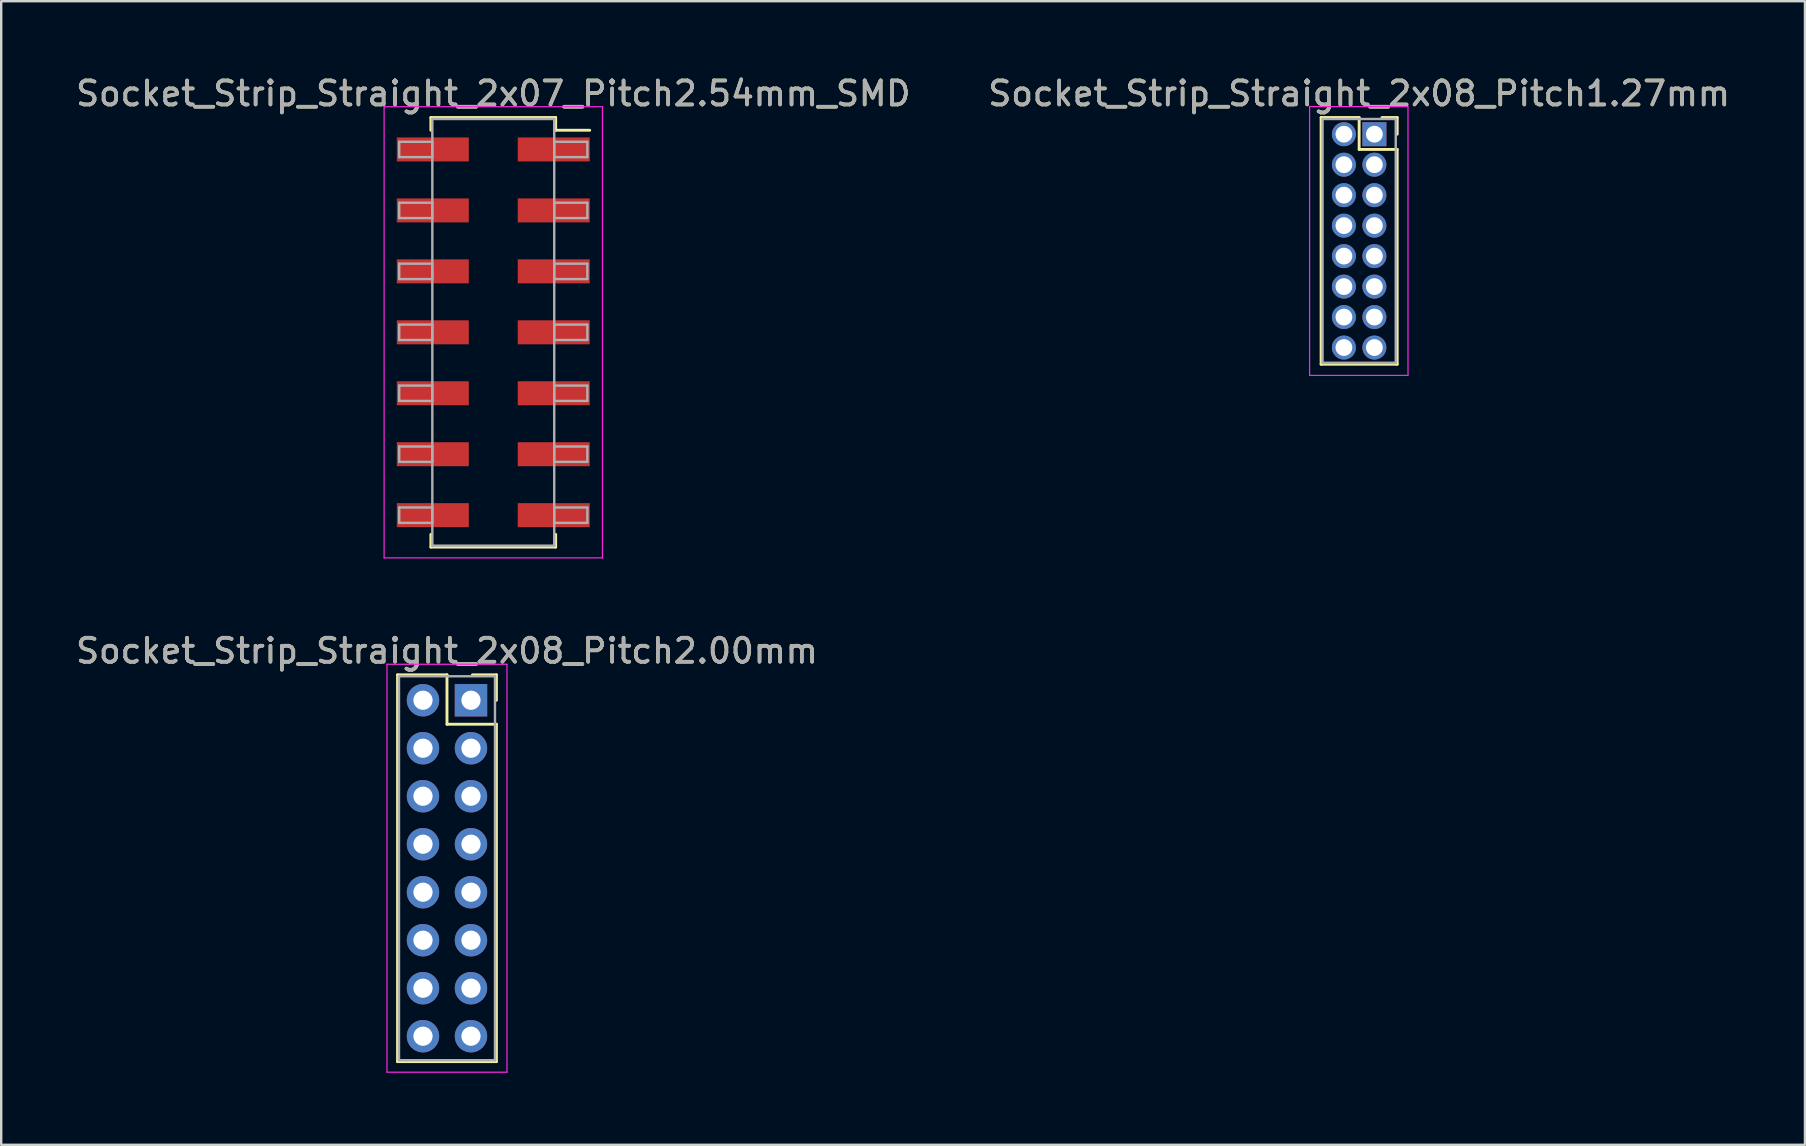
<source format=kicad_pcb>
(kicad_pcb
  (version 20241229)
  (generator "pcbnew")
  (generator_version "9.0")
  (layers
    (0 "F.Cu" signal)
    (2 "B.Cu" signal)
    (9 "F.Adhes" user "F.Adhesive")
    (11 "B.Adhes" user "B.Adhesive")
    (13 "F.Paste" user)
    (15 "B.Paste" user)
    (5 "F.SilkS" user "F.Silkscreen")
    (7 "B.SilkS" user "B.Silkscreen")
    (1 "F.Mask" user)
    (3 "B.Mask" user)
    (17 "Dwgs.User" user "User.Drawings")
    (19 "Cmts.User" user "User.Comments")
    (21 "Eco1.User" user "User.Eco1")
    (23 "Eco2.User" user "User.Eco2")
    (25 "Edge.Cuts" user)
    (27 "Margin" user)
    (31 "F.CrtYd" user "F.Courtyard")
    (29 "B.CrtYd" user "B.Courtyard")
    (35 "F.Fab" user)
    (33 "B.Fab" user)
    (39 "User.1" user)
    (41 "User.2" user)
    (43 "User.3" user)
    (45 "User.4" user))
  (footprint "Socket_Strip_Straight_2x08_Pitch2.00mm"
    (layer "F.Cu")
    (at 16.577 26.131)
    (property "Reference" "Socket_Strip_Straight_2x08_Pitch2.00mm" (at -1 -2.06 0) (layer "F.SilkS") (effects (font (size 1 1) (thickness 0.15))))
    (attr through_hole)
    (fp_line (start -3.06 -1.06) (end -1 -1.06) (stroke (width 0.12) (type solid)) (layer "F.SilkS"))
    (fp_line (start -3.06 15.06) (end -3.06 -1.06) (stroke (width 0.12) (type solid)) (layer "F.SilkS"))
    (fp_line (start -1 -1.06) (end -1 1) (stroke (width 0.12) (type solid)) (layer "F.SilkS"))
    (fp_line (start -1 1) (end 1.06 1) (stroke (width 0.12) (type solid)) (layer "F.SilkS"))
    (fp_line (start 1.06 -1.06) (end 0.06 -1.06) (stroke (width 0.12) (type solid)) (layer "F.SilkS"))
    (fp_line (start 1.06 0) (end 1.06 -1.06) (stroke (width 0.12) (type solid)) (layer "F.SilkS"))
    (fp_line (start 1.06 1) (end 1.06 15.06) (stroke (width 0.12) (type solid)) (layer "F.SilkS"))
    (fp_line (start 1.06 15.06) (end -3.06 15.06) (stroke (width 0.12) (type solid)) (layer "F.SilkS"))
    (fp_line (start -3.5 -1.5) (end -3.5 15.5) (stroke (width 0.05) (type solid)) (layer "F.CrtYd"))
    (fp_line (start -3.5 15.5) (end 1.5 15.5) (stroke (width 0.05) (type solid)) (layer "F.CrtYd"))
    (fp_line (start 1.5 -1.5) (end -3.5 -1.5) (stroke (width 0.05) (type solid)) (layer "F.CrtYd"))
    (fp_line (start 1.5 15.5) (end 1.5 -1.5) (stroke (width 0.05) (type solid)) (layer "F.CrtYd"))
    (fp_line (start -3 -1) (end -3 15) (stroke (width 0.1) (type solid)) (layer "F.Fab"))
    (fp_line (start -3 15) (end 1 15) (stroke (width 0.1) (type solid)) (layer "F.Fab"))
    (fp_line (start 1 -1) (end -3 -1) (stroke (width 0.1) (type solid)) (layer "F.Fab"))
    (fp_line (start 1 15) (end 1 -1) (stroke (width 0.1) (type solid)) (layer "F.Fab"))
    (fp_text user "${REFERENCE}" (at -1 -2.06 0) (layer "F.Fab") (effects (font (size 1 1) (thickness 0.15))))
    (pad "1" thru_hole rect (at 0 0) (size 1.35 1.35) (drill 0.8) (layers "*.Cu" "*.Mask"))
    (pad "2" thru_hole oval (at -2 0) (size 1.35 1.35) (drill 0.8) (layers "*.Cu" "*.Mask"))
    (pad "3" thru_hole oval (at 0 2) (size 1.35 1.35) (drill 0.8) (layers "*.Cu" "*.Mask"))
    (pad "4" thru_hole oval (at -2 2) (size 1.35 1.35) (drill 0.8) (layers "*.Cu" "*.Mask"))
    (pad "5" thru_hole oval (at 0 4) (size 1.35 1.35) (drill 0.8) (layers "*.Cu" "*.Mask"))
    (pad "6" thru_hole oval (at -2 4) (size 1.35 1.35) (drill 0.8) (layers "*.Cu" "*.Mask"))
    (pad "7" thru_hole oval (at 0 6) (size 1.35 1.35) (drill 0.8) (layers "*.Cu" "*.Mask"))
    (pad "8" thru_hole oval (at -2 6) (size 1.35 1.35) (drill 0.8) (layers "*.Cu" "*.Mask"))
    (pad "9" thru_hole oval (at 0 8) (size 1.35 1.35) (drill 0.8) (layers "*.Cu" "*.Mask"))
    (pad "10" thru_hole oval (at -2 8) (size 1.35 1.35) (drill 0.8) (layers "*.Cu" "*.Mask"))
    (pad "11" thru_hole oval (at 0 10) (size 1.35 1.35) (drill 0.8) (layers "*.Cu" "*.Mask"))
    (pad "12" thru_hole oval (at -2 10) (size 1.35 1.35) (drill 0.8) (layers "*.Cu" "*.Mask"))
    (pad "13" thru_hole oval (at 0 12) (size 1.35 1.35) (drill 0.8) (layers "*.Cu" "*.Mask"))
    (pad "14" thru_hole oval (at -2 12) (size 1.35 1.35) (drill 0.8) (layers "*.Cu" "*.Mask"))
    (pad "15" thru_hole oval (at 0 14) (size 1.35 1.35) (drill 0.8) (layers "*.Cu" "*.Mask"))
    (pad "16" thru_hole oval (at -2 14) (size 1.35 1.35) (drill 0.8) (layers "*.Cu" "*.Mask")))
  (footprint "Socket_Strip_Straight_2x07_Pitch2.54mm_SMD"
    (layer "F.Cu")
    (at 17.506 10.798)
    (property "Reference" "Socket_Strip_Straight_2x07_Pitch2.54mm_SMD" (at 0 -9.95 0) (layer "F.SilkS") (effects (font (size 1 1) (thickness 0.15))))
    (attr smd)
    (fp_line (start -2.6 -8.95) (end 2.6 -8.95) (stroke (width 0.12) (type solid)) (layer "F.SilkS"))
    (fp_line (start -2.6 -8.42) (end -2.6 -8.95) (stroke (width 0.12) (type solid)) (layer "F.SilkS"))
    (fp_line (start -2.6 8.42) (end -2.6 8.95) (stroke (width 0.12) (type solid)) (layer "F.SilkS"))
    (fp_line (start -2.6 8.95) (end 2.6 8.95) (stroke (width 0.12) (type solid)) (layer "F.SilkS"))
    (fp_line (start 2.6 -8.95) (end 2.6 -8.42) (stroke (width 0.12) (type solid)) (layer "F.SilkS"))
    (fp_line (start 2.6 8.95) (end 2.6 8.42) (stroke (width 0.12) (type solid)) (layer "F.SilkS"))
    (fp_line (start 4.02 -8.42) (end 2.6 -8.42) (stroke (width 0.12) (type solid)) (layer "F.SilkS"))
    (fp_line (start -4.55 -9.4) (end -4.55 9.4) (stroke (width 0.05) (type solid)) (layer "F.CrtYd"))
    (fp_line (start -4.55 9.4) (end 4.55 9.4) (stroke (width 0.05) (type solid)) (layer "F.CrtYd"))
    (fp_line (start 4.55 -9.4) (end -4.55 -9.4) (stroke (width 0.05) (type solid)) (layer "F.CrtYd"))
    (fp_line (start 4.55 9.4) (end 4.55 -9.4) (stroke (width 0.05) (type solid)) (layer "F.CrtYd"))
    (fp_line (start -3.92 -7.94) (end -2.54 -7.94) (stroke (width 0.1) (type solid)) (layer "F.Fab"))
    (fp_line (start -3.92 -7.3) (end -3.92 -7.94) (stroke (width 0.1) (type solid)) (layer "F.Fab"))
    (fp_line (start -3.92 -5.4) (end -2.54 -5.4) (stroke (width 0.1) (type solid)) (layer "F.Fab"))
    (fp_line (start -3.92 -4.76) (end -3.92 -5.4) (stroke (width 0.1) (type solid)) (layer "F.Fab"))
    (fp_line (start -3.92 -2.86) (end -2.54 -2.86) (stroke (width 0.1) (type solid)) (layer "F.Fab"))
    (fp_line (start -3.92 -2.22) (end -3.92 -2.86) (stroke (width 0.1) (type solid)) (layer "F.Fab"))
    (fp_line (start -3.92 -0.32) (end -2.54 -0.32) (stroke (width 0.1) (type solid)) (layer "F.Fab"))
    (fp_line (start -3.92 0.32) (end -3.92 -0.32) (stroke (width 0.1) (type solid)) (layer "F.Fab"))
    (fp_line (start -3.92 2.22) (end -2.54 2.22) (stroke (width 0.1) (type solid)) (layer "F.Fab"))
    (fp_line (start -3.92 2.86) (end -3.92 2.22) (stroke (width 0.1) (type solid)) (layer "F.Fab"))
    (fp_line (start -3.92 4.76) (end -2.54 4.76) (stroke (width 0.1) (type solid)) (layer "F.Fab"))
    (fp_line (start -3.92 5.4) (end -3.92 4.76) (stroke (width 0.1) (type solid)) (layer "F.Fab"))
    (fp_line (start -3.92 7.3) (end -2.54 7.3) (stroke (width 0.1) (type solid)) (layer "F.Fab"))
    (fp_line (start -3.92 7.94) (end -3.92 7.3) (stroke (width 0.1) (type solid)) (layer "F.Fab"))
    (fp_line (start -2.54 -8.89) (end -2.54 8.89) (stroke (width 0.1) (type solid)) (layer "F.Fab"))
    (fp_line (start -2.54 -7.94) (end -2.54 -7.3) (stroke (width 0.1) (type solid)) (layer "F.Fab"))
    (fp_line (start -2.54 -7.3) (end -3.92 -7.3) (stroke (width 0.1) (type solid)) (layer "F.Fab"))
    (fp_line (start -2.54 -5.4) (end -2.54 -4.76) (stroke (width 0.1) (type solid)) (layer "F.Fab"))
    (fp_line (start -2.54 -4.76) (end -3.92 -4.76) (stroke (width 0.1) (type solid)) (layer "F.Fab"))
    (fp_line (start -2.54 -2.86) (end -2.54 -2.22) (stroke (width 0.1) (type solid)) (layer "F.Fab"))
    (fp_line (start -2.54 -2.22) (end -3.92 -2.22) (stroke (width 0.1) (type solid)) (layer "F.Fab"))
    (fp_line (start -2.54 -0.32) (end -2.54 0.32) (stroke (width 0.1) (type solid)) (layer "F.Fab"))
    (fp_line (start -2.54 0.32) (end -3.92 0.32) (stroke (width 0.1) (type solid)) (layer "F.Fab"))
    (fp_line (start -2.54 2.22) (end -2.54 2.86) (stroke (width 0.1) (type solid)) (layer "F.Fab"))
    (fp_line (start -2.54 2.86) (end -3.92 2.86) (stroke (width 0.1) (type solid)) (layer "F.Fab"))
    (fp_line (start -2.54 4.76) (end -2.54 5.4) (stroke (width 0.1) (type solid)) (layer "F.Fab"))
    (fp_line (start -2.54 5.4) (end -3.92 5.4) (stroke (width 0.1) (type solid)) (layer "F.Fab"))
    (fp_line (start -2.54 7.3) (end -2.54 7.94) (stroke (width 0.1) (type solid)) (layer "F.Fab"))
    (fp_line (start -2.54 7.94) (end -3.92 7.94) (stroke (width 0.1) (type solid)) (layer "F.Fab"))
    (fp_line (start -2.54 8.89) (end 2.54 8.89) (stroke (width 0.1) (type solid)) (layer "F.Fab"))
    (fp_line (start 2.54 -8.89) (end -2.54 -8.89) (stroke (width 0.1) (type solid)) (layer "F.Fab"))
    (fp_line (start 2.54 -7.94) (end 2.54 -7.3) (stroke (width 0.1) (type solid)) (layer "F.Fab"))
    (fp_line (start 2.54 -7.3) (end 3.92 -7.3) (stroke (width 0.1) (type solid)) (layer "F.Fab"))
    (fp_line (start 2.54 -5.4) (end 2.54 -4.76) (stroke (width 0.1) (type solid)) (layer "F.Fab"))
    (fp_line (start 2.54 -4.76) (end 3.92 -4.76) (stroke (width 0.1) (type solid)) (layer "F.Fab"))
    (fp_line (start 2.54 -2.86) (end 2.54 -2.22) (stroke (width 0.1) (type solid)) (layer "F.Fab"))
    (fp_line (start 2.54 -2.22) (end 3.92 -2.22) (stroke (width 0.1) (type solid)) (layer "F.Fab"))
    (fp_line (start 2.54 -0.32) (end 2.54 0.32) (stroke (width 0.1) (type solid)) (layer "F.Fab"))
    (fp_line (start 2.54 0.32) (end 3.92 0.32) (stroke (width 0.1) (type solid)) (layer "F.Fab"))
    (fp_line (start 2.54 2.22) (end 2.54 2.86) (stroke (width 0.1) (type solid)) (layer "F.Fab"))
    (fp_line (start 2.54 2.86) (end 3.92 2.86) (stroke (width 0.1) (type solid)) (layer "F.Fab"))
    (fp_line (start 2.54 4.76) (end 2.54 5.4) (stroke (width 0.1) (type solid)) (layer "F.Fab"))
    (fp_line (start 2.54 5.4) (end 3.92 5.4) (stroke (width 0.1) (type solid)) (layer "F.Fab"))
    (fp_line (start 2.54 7.3) (end 2.54 7.94) (stroke (width 0.1) (type solid)) (layer "F.Fab"))
    (fp_line (start 2.54 7.94) (end 3.92 7.94) (stroke (width 0.1) (type solid)) (layer "F.Fab"))
    (fp_line (start 2.54 8.89) (end 2.54 -8.89) (stroke (width 0.1) (type solid)) (layer "F.Fab"))
    (fp_line (start 3.92 -7.94) (end 2.54 -7.94) (stroke (width 0.1) (type solid)) (layer "F.Fab"))
    (fp_line (start 3.92 -7.3) (end 3.92 -7.94) (stroke (width 0.1) (type solid)) (layer "F.Fab"))
    (fp_line (start 3.92 -5.4) (end 2.54 -5.4) (stroke (width 0.1) (type solid)) (layer "F.Fab"))
    (fp_line (start 3.92 -4.76) (end 3.92 -5.4) (stroke (width 0.1) (type solid)) (layer "F.Fab"))
    (fp_line (start 3.92 -2.86) (end 2.54 -2.86) (stroke (width 0.1) (type solid)) (layer "F.Fab"))
    (fp_line (start 3.92 -2.22) (end 3.92 -2.86) (stroke (width 0.1) (type solid)) (layer "F.Fab"))
    (fp_line (start 3.92 -0.32) (end 2.54 -0.32) (stroke (width 0.1) (type solid)) (layer "F.Fab"))
    (fp_line (start 3.92 0.32) (end 3.92 -0.32) (stroke (width 0.1) (type solid)) (layer "F.Fab"))
    (fp_line (start 3.92 2.22) (end 2.54 2.22) (stroke (width 0.1) (type solid)) (layer "F.Fab"))
    (fp_line (start 3.92 2.86) (end 3.92 2.22) (stroke (width 0.1) (type solid)) (layer "F.Fab"))
    (fp_line (start 3.92 4.76) (end 2.54 4.76) (stroke (width 0.1) (type solid)) (layer "F.Fab"))
    (fp_line (start 3.92 5.4) (end 3.92 4.76) (stroke (width 0.1) (type solid)) (layer "F.Fab"))
    (fp_line (start 3.92 7.3) (end 2.54 7.3) (stroke (width 0.1) (type solid)) (layer "F.Fab"))
    (fp_line (start 3.92 7.94) (end 3.92 7.3) (stroke (width 0.1) (type solid)) (layer "F.Fab"))
    (fp_text user "${REFERENCE}" (at 0 -9.95 0) (layer "F.Fab") (effects (font (size 1 1) (thickness 0.15))))
    (pad "1" smd rect (at 2.52 -7.62) (size 3 1) (layers "F.Cu" "F.Mask" "F.Paste"))
    (pad "2" smd rect (at -2.52 -7.62) (size 3 1) (layers "F.Cu" "F.Mask" "F.Paste"))
    (pad "3" smd rect (at 2.52 -5.08) (size 3 1) (layers "F.Cu" "F.Mask" "F.Paste"))
    (pad "4" smd rect (at -2.52 -5.08) (size 3 1) (layers "F.Cu" "F.Mask" "F.Paste"))
    (pad "5" smd rect (at 2.52 -2.54) (size 3 1) (layers "F.Cu" "F.Mask" "F.Paste"))
    (pad "6" smd rect (at -2.52 -2.54) (size 3 1) (layers "F.Cu" "F.Mask" "F.Paste"))
    (pad "7" smd rect (at 2.52 0) (size 3 1) (layers "F.Cu" "F.Mask" "F.Paste"))
    (pad "8" smd rect (at -2.52 0) (size 3 1) (layers "F.Cu" "F.Mask" "F.Paste"))
    (pad "9" smd rect (at 2.52 2.54) (size 3 1) (layers "F.Cu" "F.Mask" "F.Paste"))
    (pad "10" smd rect (at -2.52 2.54) (size 3 1) (layers "F.Cu" "F.Mask" "F.Paste"))
    (pad "11" smd rect (at 2.52 5.08) (size 3 1) (layers "F.Cu" "F.Mask" "F.Paste"))
    (pad "12" smd rect (at -2.52 5.08) (size 3 1) (layers "F.Cu" "F.Mask" "F.Paste"))
    (pad "13" smd rect (at 2.52 7.62) (size 3 1) (layers "F.Cu" "F.Mask" "F.Paste"))
    (pad "14" smd rect (at -2.52 7.62) (size 3 1) (layers "F.Cu" "F.Mask" "F.Paste")))
  (footprint "Socket_Strip_Straight_2x08_Pitch1.27mm"
    (layer "F.Cu")
    (at 54.224 2.543)
    (property "Reference" "Socket_Strip_Straight_2x08_Pitch1.27mm" (at -0.635 -1.695 0) (layer "F.SilkS") (effects (font (size 1 1) (thickness 0.15))))
    (attr through_hole)
    (fp_line (start -2.22 -0.695) (end -0.635 -0.695) (stroke (width 0.12) (type solid)) (layer "F.SilkS"))
    (fp_line (start -2.22 9.585) (end -2.22 -0.695) (stroke (width 0.12) (type solid)) (layer "F.SilkS"))
    (fp_line (start -0.635 -0.695) (end -0.635 0.635) (stroke (width 0.12) (type solid)) (layer "F.SilkS"))
    (fp_line (start -0.635 0.635) (end 0.95 0.635) (stroke (width 0.12) (type solid)) (layer "F.SilkS"))
    (fp_line (start 0.95 -0.695) (end 0.315 -0.695) (stroke (width 0.12) (type solid)) (layer "F.SilkS"))
    (fp_line (start 0.95 0) (end 0.95 -0.695) (stroke (width 0.12) (type solid)) (layer "F.SilkS"))
    (fp_line (start 0.95 0.635) (end 0.95 9.585) (stroke (width 0.12) (type solid)) (layer "F.SilkS"))
    (fp_line (start 0.95 9.585) (end -2.22 9.585) (stroke (width 0.12) (type solid)) (layer "F.SilkS"))
    (fp_line (start -2.7 -1.15) (end -2.7 10.05) (stroke (width 0.05) (type solid)) (layer "F.CrtYd"))
    (fp_line (start -2.7 10.05) (end 1.4 10.05) (stroke (width 0.05) (type solid)) (layer "F.CrtYd"))
    (fp_line (start 1.4 -1.15) (end -2.7 -1.15) (stroke (width 0.05) (type solid)) (layer "F.CrtYd"))
    (fp_line (start 1.4 10.05) (end 1.4 -1.15) (stroke (width 0.05) (type solid)) (layer "F.CrtYd"))
    (fp_line (start -2.16 -0.635) (end -2.16 9.525) (stroke (width 0.1) (type solid)) (layer "F.Fab"))
    (fp_line (start -2.16 9.525) (end 0.89 9.525) (stroke (width 0.1) (type solid)) (layer "F.Fab"))
    (fp_line (start 0.89 -0.635) (end -2.16 -0.635) (stroke (width 0.1) (type solid)) (layer "F.Fab"))
    (fp_line (start 0.89 9.525) (end 0.89 -0.635) (stroke (width 0.1) (type solid)) (layer "F.Fab"))
    (fp_text user "${REFERENCE}" (at -0.635 -1.695 0) (layer "F.Fab") (effects (font (size 1 1) (thickness 0.15))))
    (pad "1" thru_hole rect (at 0 0) (size 1 1) (drill 0.7) (layers "*.Cu" "*.Mask"))
    (pad "2" thru_hole oval (at -1.27 0) (size 1 1) (drill 0.7) (layers "*.Cu" "*.Mask"))
    (pad "3" thru_hole oval (at 0 1.27) (size 1 1) (drill 0.7) (layers "*.Cu" "*.Mask"))
    (pad "4" thru_hole oval (at -1.27 1.27) (size 1 1) (drill 0.7) (layers "*.Cu" "*.Mask"))
    (pad "5" thru_hole oval (at 0 2.54) (size 1 1) (drill 0.7) (layers "*.Cu" "*.Mask"))
    (pad "6" thru_hole oval (at -1.27 2.54) (size 1 1) (drill 0.7) (layers "*.Cu" "*.Mask"))
    (pad "7" thru_hole oval (at 0 3.81) (size 1 1) (drill 0.7) (layers "*.Cu" "*.Mask"))
    (pad "8" thru_hole oval (at -1.27 3.81) (size 1 1) (drill 0.7) (layers "*.Cu" "*.Mask"))
    (pad "9" thru_hole oval (at 0 5.08) (size 1 1) (drill 0.7) (layers "*.Cu" "*.Mask"))
    (pad "10" thru_hole oval (at -1.27 5.08) (size 1 1) (drill 0.7) (layers "*.Cu" "*.Mask"))
    (pad "11" thru_hole oval (at 0 6.35) (size 1 1) (drill 0.7) (layers "*.Cu" "*.Mask"))
    (pad "12" thru_hole oval (at -1.27 6.35) (size 1 1) (drill 0.7) (layers "*.Cu" "*.Mask"))
    (pad "13" thru_hole oval (at 0 7.62) (size 1 1) (drill 0.7) (layers "*.Cu" "*.Mask"))
    (pad "14" thru_hole oval (at -1.27 7.62) (size 1 1) (drill 0.7) (layers "*.Cu" "*.Mask"))
    (pad "15" thru_hole oval (at 0 8.89) (size 1 1) (drill 0.7) (layers "*.Cu" "*.Mask"))
    (pad "16" thru_hole oval (at -1.27 8.89) (size 1 1) (drill 0.7) (layers "*.Cu" "*.Mask")))
  (gr_rect
    (start -3 -3)
    (end 72.167 44.657)
    (stroke (width 0.1) (type default))
    (fill no)
    (layer "Edge.Cuts")))
</source>
